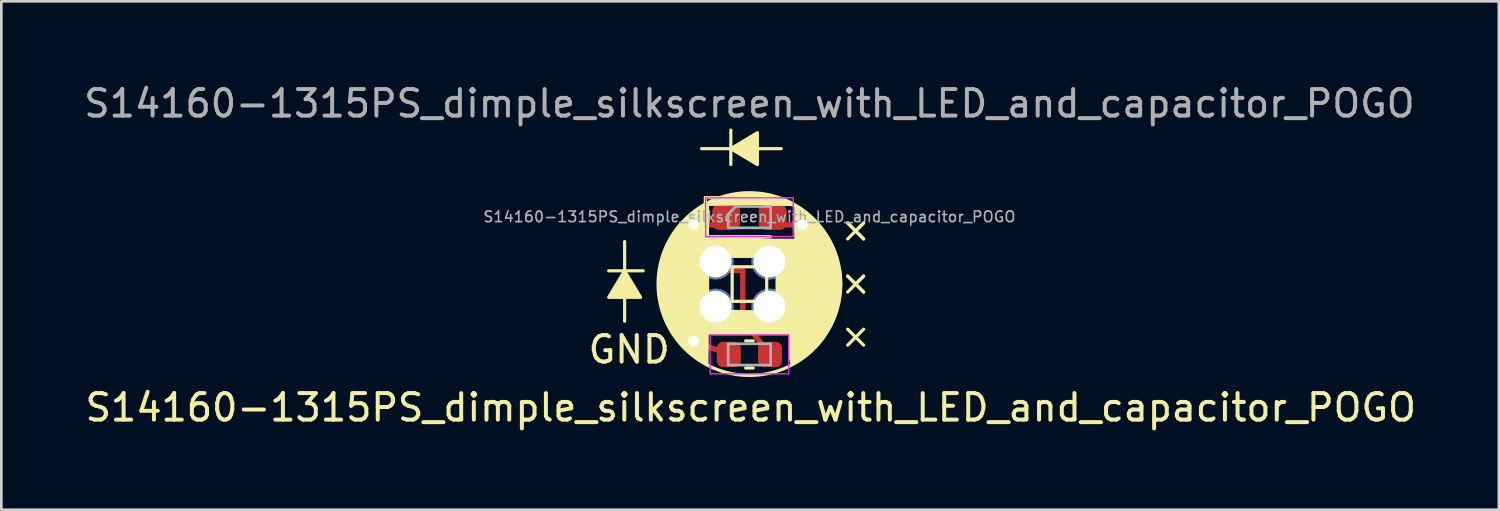
<source format=kicad_pcb>
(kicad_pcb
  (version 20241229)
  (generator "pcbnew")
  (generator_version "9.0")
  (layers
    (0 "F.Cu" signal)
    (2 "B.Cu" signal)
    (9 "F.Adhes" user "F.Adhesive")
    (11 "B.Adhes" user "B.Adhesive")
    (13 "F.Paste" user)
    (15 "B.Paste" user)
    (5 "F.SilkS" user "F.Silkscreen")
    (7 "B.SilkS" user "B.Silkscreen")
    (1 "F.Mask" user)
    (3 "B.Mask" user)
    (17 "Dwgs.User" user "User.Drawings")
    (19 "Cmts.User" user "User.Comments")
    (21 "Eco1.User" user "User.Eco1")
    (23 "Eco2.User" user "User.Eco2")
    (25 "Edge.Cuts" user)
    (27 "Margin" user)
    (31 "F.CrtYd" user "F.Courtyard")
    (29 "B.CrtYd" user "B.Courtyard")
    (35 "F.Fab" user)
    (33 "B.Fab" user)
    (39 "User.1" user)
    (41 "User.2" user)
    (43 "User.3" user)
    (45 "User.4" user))
  (footprint "S14160-1315PS_dimple_silkscreen_with_LED_and_capacitor_POGO"
    (layer "F.Cu")
    (at 25.173 7.648)
    (property "Reference" "S14160-1315PS_dimple_silkscreen_with_LED_and_capacitor_POGO" (at 0.05 4.65 0) (unlocked yes) (layer "F.SilkS") (effects (font (size 1 1) (thickness 0.15))))
    (attr smd)
    (fp_line (start -2.1 -2.235) (end -0.875 -2.22) (stroke (width 0.2) (type default)) (layer "F.Cu"))
    (fp_line (start -1.272 -0.55) (end -0.25 -0.5) (stroke (width 0.2) (type default)) (layer "F.Cu"))
    (fp_line (start -0.775 2.65) (end -2.1 2.15) (stroke (width 0.2) (type default)) (layer "F.Cu"))
    (fp_line (start -0.25 -0.5) (end -0.25 1.35) (stroke (width 0.2) (type default)) (layer "F.Cu"))
    (fp_line (start -0.25 1.35) (end 0.775 2.65) (stroke (width 0.2) (type default)) (layer "F.Cu"))
    (fp_line (start 0.875 -2.22) (end 2 -2.235) (stroke (width 0.2) (type default)) (layer "F.Cu"))
    (fp_line (start -5.3 -0.5) (end -4 -0.5) (stroke (width 0.12) (type solid)) (layer "F.SilkS"))
    (fp_line (start -4.7 -1.6) (end -4.7 1.4) (stroke (width 0.12) (type solid)) (layer "F.SilkS"))
    (fp_line (start -1.8 -5.1) (end 1.2 -5.1) (stroke (width 0.12) (type solid)) (layer "F.SilkS"))
    (fp_line (start -1.66 -3.255) (end -1.66 -1.785) (stroke (width 0.12) (type solid)) (layer "F.SilkS"))
    (fp_line (start -1.66 -1.785) (end 0.8 -1.785) (stroke (width 0.12) (type solid)) (layer "F.SilkS"))
    (fp_line (start -1.58 1.05) (end -1.58 -1.05) (stroke (width 0.12) (type solid)) (layer "F.SilkS"))
    (fp_line (start -1.58 1.05) (end 1.05 1.05) (stroke (width 0.12) (type solid)) (layer "F.SilkS"))
    (fp_line (start -0.7 -4.5) (end -0.7 -5.8) (stroke (width 0.12) (type solid)) (layer "F.SilkS"))
    (fp_line (start -0.141 2.14) (end 0.141 2.14) (stroke (width 0.12) (type solid)) (layer "F.SilkS"))
    (fp_line (start -0.141 3.16) (end 0.141 3.16) (stroke (width 0.12) (type solid)) (layer "F.SilkS"))
    (fp_line (start 0.6 -3) (end 1.65 -3) (stroke (width 0.12) (type default)) (layer "F.SilkS"))
    (fp_line (start 0.8 -3.255) (end -1.66 -3.255) (stroke (width 0.12) (type solid)) (layer "F.SilkS"))
    (fp_line (start 1.05 -1.05) (end -1.58 -1.05) (stroke (width 0.12) (type solid)) (layer "F.SilkS"))
    (fp_line (start 1.05 -1.05) (end 1.05 1.05) (stroke (width 0.12) (type solid)) (layer "F.SilkS"))
    (fp_line (start 1.1 -3.2) (end 1.7 -2.95) (stroke (width 0.12) (type default)) (layer "F.SilkS"))
    (fp_line (start 1.6 -3.05) (end 0.9 -3.05) (stroke (width 0.12) (type default)) (layer "F.SilkS"))
    (fp_line (start 3.7 -2.3) (end 4 -2) (stroke (width 0.12) (type solid)) (layer "F.SilkS"))
    (fp_line (start 3.7 -0.3) (end 4 0) (stroke (width 0.12) (type solid)) (layer "F.SilkS"))
    (fp_line (start 4 -2) (end 3.7 -2.3) (stroke (width 0.12) (type solid)) (layer "F.SilkS"))
    (fp_line (start 4 -2) (end 3.7 -1.7) (stroke (width 0.12) (type solid)) (layer "F.SilkS"))
    (fp_line (start 4 -2) (end 4.3 -2.3) (stroke (width 0.12) (type solid)) (layer "F.SilkS"))
    (fp_line (start 4 -2) (end 4.3 -1.7) (stroke (width 0.12) (type solid)) (layer "F.SilkS"))
    (fp_line (start 4 0) (end 3.7 -0.3) (stroke (width 0.12) (type solid)) (layer "F.SilkS"))
    (fp_line (start 4 0) (end 3.7 0.3) (stroke (width 0.12) (type solid)) (layer "F.SilkS"))
    (fp_line (start 4 0) (end 4.3 -0.3) (stroke (width 0.12) (type solid)) (layer "F.SilkS"))
    (fp_line (start 4 0) (end 4.3 0.3) (stroke (width 0.12) (type solid)) (layer "F.SilkS"))
    (fp_line (start 4 2) (end 3.7 1.7) (stroke (width 0.12) (type solid)) (layer "F.SilkS"))
    (fp_line (start 4 2) (end 3.7 2.3) (stroke (width 0.12) (type solid)) (layer "F.SilkS"))
    (fp_line (start 4 2) (end 4.3 1.7) (stroke (width 0.12) (type solid)) (layer "F.SilkS"))
    (fp_line (start 4 2) (end 4.3 2.3) (stroke (width 0.12) (type solid)) (layer "F.SilkS"))
    (fp_line (start 4.3 -2.3) (end 4 -2) (stroke (width 0.12) (type solid)) (layer "F.SilkS"))
    (fp_line (start 4.3 -1.7) (end 4 -2) (stroke (width 0.12) (type solid)) (layer "F.SilkS"))
    (fp_line (start 4.3 -0.3) (end 4 0) (stroke (width 0.12) (type solid)) (layer "F.SilkS"))
    (fp_line (start 4.3 0.3) (end 4 0) (stroke (width 0.12) (type solid)) (layer "F.SilkS"))
    (fp_rect (start -0.65 -0.65) (end 0.65 0.65) (stroke (width 0.12) (type solid)) (fill no) (layer "F.SilkS"))
    (fp_circle (center 0 0) (end 3.44 0) (stroke (width 0.12) (type solid)) (fill no) (layer "F.SilkS"))
    (fp_poly (pts (xy -4.7 -0.5) (xy -5.3 0.5) (xy -4.1 0.5)) (stroke (width 0.12) (type solid)) (fill yes) (layer "F.SilkS"))
    (fp_poly (pts (xy -0.7 -5.1) (xy 0.3 -4.5) (xy 0.3 -5.7)) (stroke (width 0.12) (type solid)) (fill yes) (layer "F.SilkS"))
    (fp_poly (pts (xy -1.5 1) (xy -1.5 1.85) (xy 1.6 1.85) (xy 1.8 1.1)) (stroke (width 0.12) (type solid)) (fill yes) (layer "F.SilkS"))
    (fp_poly (pts (xy 1.05 1.05) (xy 1.8 1.1) (xy 1.7 -1.2) (xy 1.05 -1.05)) (stroke (width 0.12) (type solid)) (fill yes) (layer "F.SilkS"))
    (fp_poly (pts (xy 0.8 -1.65) (xy 1.9 -1.65) (xy 1.7 -1.05) (xy -1.58 -1.05) (xy -1.66 -1.785)) (stroke (width 0.12) (type solid)) (fill yes) (layer "F.SilkS"))
    (fp_poly (pts (xy 1.1 -3.2) (xy 1.15 -3.05) (xy -1.58 -3) (xy -1.1 -3.2) (xy -0.4 -3.4) (xy 0.2 -3.4)) (stroke (width 0.12) (type solid)) (fill yes) (layer "F.SilkS"))
    (fp_poly (pts (xy -1.58 1.05) (xy 1.05 1.05) (xy -1.58 1.05) (xy -1.6 2.8) (xy -1.6 3) (xy -1.9 2.8) (xy -2.4 2.4) (xy -2.8 1.9) (xy -3.2 1.2) (xy -3.4 0.4) (xy -3.4 -0.2) (xy -3.2 -1.2) (xy -2.8 -1.9) (xy -2.3 -2.5) (xy -1.58 -3)) (stroke (width 0.12) (type solid)) (fill yes) (layer "F.SilkS"))
    (fp_poly (pts (xy 1.75 -2.9) (xy 2.1 -2.7) (xy 2.5 -2.3) (xy 2.9 -1.8) (xy 3.1 -1.4) (xy 3.2 -1.2) (xy 3.4 -0.5) (xy 3.44 0) (xy 3.375 0.6) (xy 3.2 1.2) (xy 2.8 1.9) (xy 2.2 2.6) (xy 1.6 3) (xy 1.55 2.8) (xy 1.55 1.4) (xy 1.75 -1.4)) (stroke (width 0.12) (type solid)) (fill yes) (layer "F.SilkS"))
    (fp_line (start -1.65 -3.25) (end 1.65 -3.25) (stroke (width 0.05) (type solid)) (layer "F.CrtYd"))
    (fp_line (start -1.65 -1.79) (end -1.65 -3.25) (stroke (width 0.05) (type solid)) (layer "F.CrtYd"))
    (fp_line (start -1.48 1.92) (end 1.48 1.92) (stroke (width 0.05) (type solid)) (layer "F.CrtYd"))
    (fp_line (start -1.48 3.38) (end -1.48 1.92) (stroke (width 0.05) (type solid)) (layer "F.CrtYd"))
    (fp_line (start 1.48 1.92) (end 1.48 3.38) (stroke (width 0.05) (type solid)) (layer "F.CrtYd"))
    (fp_line (start 1.48 3.38) (end -1.48 3.38) (stroke (width 0.05) (type solid)) (layer "F.CrtYd"))
    (fp_line (start 1.65 -3.25) (end 1.65 -1.79) (stroke (width 0.05) (type solid)) (layer "F.CrtYd"))
    (fp_line (start 1.65 -1.79) (end -1.65 -1.79) (stroke (width 0.05) (type solid)) (layer "F.CrtYd"))
    (fp_line (start -0.8 -2.635) (end -0.8 -2.135) (stroke (width 0.1) (type solid)) (layer "F.Fab"))
    (fp_line (start -0.8 -2.12) (end 0.8 -2.12) (stroke (width 0.1) (type solid)) (layer "F.Fab"))
    (fp_line (start -0.8 2.25) (end 0.8 2.25) (stroke (width 0.1) (type solid)) (layer "F.Fab"))
    (fp_line (start -0.8 3.05) (end -0.8 2.25) (stroke (width 0.1) (type solid)) (layer "F.Fab"))
    (fp_line (start -0.5 -2.935) (end -0.8 -2.635) (stroke (width 0.1) (type solid)) (layer "F.Fab"))
    (fp_line (start 0.8 -2.92) (end -0.5 -2.92) (stroke (width 0.1) (type solid)) (layer "F.Fab"))
    (fp_line (start 0.8 -2.1) (end 0.8 -2.9) (stroke (width 0.1) (type solid)) (layer "F.Fab"))
    (fp_line (start 0.8 2.25) (end 0.8 3.05) (stroke (width 0.1) (type solid)) (layer "F.Fab"))
    (fp_line (start 0.8 3.05) (end -0.8 3.05) (stroke (width 0.1) (type solid)) (layer "F.Fab"))
    (fp_text user "GND" (at -6.15 3.05 0) (unlocked yes) (layer "F.SilkS") (effects (font (size 1 1) (thickness 0.15)) (justify left bottom)))
    (fp_text user "${REFERENCE}" (at 0 -2.535 0) (layer "F.Fab") (effects (font (size 0.4 0.4) (thickness 0.06))))
    (fp_text user "${REFERENCE}" (at 0 -6.8 0) (unlocked yes) (layer "F.Fab") (effects (font (size 1 1) (thickness 0.15))))
    (pad "3" thru_hole circle (at 0.752 -0.85) (size 1.35 1.35) (drill 1.2) (layers "*.Cu" "*.Mask"))
    (pad "4" thru_hole circle (at 0.752 0.85) (size 1.35 1.35) (drill 1.2) (layers "*.Cu" "*.Mask"))
    (pad "5" thru_hole circle (at -2.1 -2.235) (size 0.8 0.8) (drill 0.4) (layers "*.Cu"))
    (pad "5" smd roundrect (at -0.875 -2.52) (size 1.05 0.95) (layers "F.Cu" "F.Mask" "F.Paste") (roundrect_rratio 0.25))
    (pad "6" smd roundrect (at 0.875 -2.52) (size 1.05 0.95) (layers "F.Cu" "F.Mask" "F.Paste") (roundrect_rratio 0.25))
    (pad "6" thru_hole circle (at 2 -2.235) (size 0.8 0.8) (drill 0.4) (layers "*.Cu"))
    (pad "7" thru_hole circle (at -1.272 -0.85) (size 1.35 1.35) (drill 1.2) (layers "*.Cu" "*.Mask"))
    (pad "7" smd roundrect (at 0.775 2.65) (size 0.9 0.95) (layers "F.Cu" "F.Mask" "F.Paste") (roundrect_rratio 0.25))
    (pad "8" thru_hole circle (at -1.272 0.85) (size 1.35 1.35) (drill 1.2) (layers "*.Cu" "*.Mask"))
    (pad "9" thru_hole circle (at -2.1 2.15) (size 0.8 0.8) (drill 0.4) (layers "*.Cu"))
    (pad "9" smd roundrect (at -0.775 2.65) (size 0.9 0.95) (layers "F.Cu" "F.Mask" "F.Paste") (roundrect_rratio 0.25)))
  (gr_rect
    (start -3 -3)
    (end 53.395 16.146)
    (stroke (width 0.1) (type default))
    (fill no)
    (layer "Edge.Cuts")))
</source>
